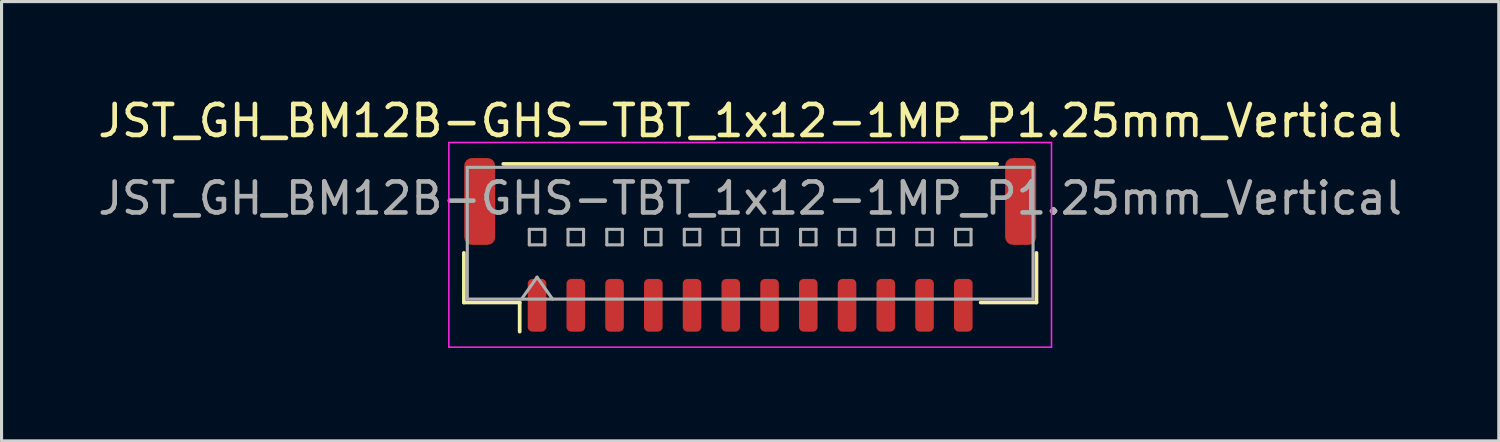
<source format=kicad_pcb>
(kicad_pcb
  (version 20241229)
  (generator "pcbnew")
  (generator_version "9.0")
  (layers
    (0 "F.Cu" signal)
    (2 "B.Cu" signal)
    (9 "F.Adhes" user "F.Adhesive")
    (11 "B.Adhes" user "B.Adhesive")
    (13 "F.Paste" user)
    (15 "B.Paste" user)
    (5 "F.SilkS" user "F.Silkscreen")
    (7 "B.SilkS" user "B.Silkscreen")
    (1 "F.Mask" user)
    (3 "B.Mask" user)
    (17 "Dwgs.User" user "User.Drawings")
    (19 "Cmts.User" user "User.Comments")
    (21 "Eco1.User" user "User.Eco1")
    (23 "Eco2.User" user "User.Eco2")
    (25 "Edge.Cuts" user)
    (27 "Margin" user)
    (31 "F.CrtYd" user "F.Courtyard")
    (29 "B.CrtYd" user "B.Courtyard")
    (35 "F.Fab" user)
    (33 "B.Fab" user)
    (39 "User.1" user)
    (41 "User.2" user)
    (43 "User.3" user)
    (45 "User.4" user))
  (footprint "JST_GH_BM12B-GHS-TBT_1x12-1MP_P1.25mm_Vertical"
    (layer "F.Cu")
    (at 21.149 4.848)
    (property "Reference" "JST_GH_BM12B-GHS-TBT_1x12-1MP_P1.25mm_Vertical" (at 0 -4 0) (layer "F.SilkS") (effects (font (size 1 1) (thickness 0.15))))
    (attr smd)
    (fp_line (start -9.235 0.26) (end -9.235 1.86) (stroke (width 0.12) (type solid)) (layer "F.SilkS"))
    (fp_line (start -9.235 1.86) (end -7.435 1.86) (stroke (width 0.12) (type solid)) (layer "F.SilkS"))
    (fp_line (start -7.965 -2.61) (end 7.965 -2.61) (stroke (width 0.12) (type solid)) (layer "F.SilkS"))
    (fp_line (start -7.435 1.86) (end -7.435 2.8) (stroke (width 0.12) (type solid)) (layer "F.SilkS"))
    (fp_line (start 9.235 0.26) (end 9.235 1.86) (stroke (width 0.12) (type solid)) (layer "F.SilkS"))
    (fp_line (start 9.235 1.86) (end 7.435 1.86) (stroke (width 0.12) (type solid)) (layer "F.SilkS"))
    (fp_line (start -9.72 -3.3) (end -9.72 3.3) (stroke (width 0.05) (type solid)) (layer "F.CrtYd"))
    (fp_line (start -9.72 3.3) (end 9.72 3.3) (stroke (width 0.05) (type solid)) (layer "F.CrtYd"))
    (fp_line (start 9.72 -3.3) (end -9.72 -3.3) (stroke (width 0.05) (type solid)) (layer "F.CrtYd"))
    (fp_line (start 9.72 3.3) (end 9.72 -3.3) (stroke (width 0.05) (type solid)) (layer "F.CrtYd"))
    (fp_line (start -9.125 -2.5) (end 9.125 -2.5) (stroke (width 0.1) (type solid)) (layer "F.Fab"))
    (fp_line (start -9.125 1.75) (end -9.125 -2.5) (stroke (width 0.1) (type solid)) (layer "F.Fab"))
    (fp_line (start -9.125 1.75) (end 9.125 1.75) (stroke (width 0.1) (type solid)) (layer "F.Fab"))
    (fp_line (start -7.375 1.75) (end -6.875 1.043) (stroke (width 0.1) (type solid)) (layer "F.Fab"))
    (fp_line (start -7.125 -0.5) (end -7.125 0) (stroke (width 0.1) (type solid)) (layer "F.Fab"))
    (fp_line (start -7.125 0) (end -6.625 0) (stroke (width 0.1) (type solid)) (layer "F.Fab"))
    (fp_line (start -6.875 1.043) (end -6.375 1.75) (stroke (width 0.1) (type solid)) (layer "F.Fab"))
    (fp_line (start -6.625 -0.5) (end -7.125 -0.5) (stroke (width 0.1) (type solid)) (layer "F.Fab"))
    (fp_line (start -6.625 0) (end -6.625 -0.5) (stroke (width 0.1) (type solid)) (layer "F.Fab"))
    (fp_line (start -5.875 -0.5) (end -5.875 0) (stroke (width 0.1) (type solid)) (layer "F.Fab"))
    (fp_line (start -5.875 0) (end -5.375 0) (stroke (width 0.1) (type solid)) (layer "F.Fab"))
    (fp_line (start -5.375 -0.5) (end -5.875 -0.5) (stroke (width 0.1) (type solid)) (layer "F.Fab"))
    (fp_line (start -5.375 0) (end -5.375 -0.5) (stroke (width 0.1) (type solid)) (layer "F.Fab"))
    (fp_line (start -4.625 -0.5) (end -4.625 0) (stroke (width 0.1) (type solid)) (layer "F.Fab"))
    (fp_line (start -4.625 0) (end -4.125 0) (stroke (width 0.1) (type solid)) (layer "F.Fab"))
    (fp_line (start -4.125 -0.5) (end -4.625 -0.5) (stroke (width 0.1) (type solid)) (layer "F.Fab"))
    (fp_line (start -4.125 0) (end -4.125 -0.5) (stroke (width 0.1) (type solid)) (layer "F.Fab"))
    (fp_line (start -3.375 -0.5) (end -3.375 0) (stroke (width 0.1) (type solid)) (layer "F.Fab"))
    (fp_line (start -3.375 0) (end -2.875 0) (stroke (width 0.1) (type solid)) (layer "F.Fab"))
    (fp_line (start -2.875 -0.5) (end -3.375 -0.5) (stroke (width 0.1) (type solid)) (layer "F.Fab"))
    (fp_line (start -2.875 0) (end -2.875 -0.5) (stroke (width 0.1) (type solid)) (layer "F.Fab"))
    (fp_line (start -2.125 -0.5) (end -2.125 0) (stroke (width 0.1) (type solid)) (layer "F.Fab"))
    (fp_line (start -2.125 0) (end -1.625 0) (stroke (width 0.1) (type solid)) (layer "F.Fab"))
    (fp_line (start -1.625 -0.5) (end -2.125 -0.5) (stroke (width 0.1) (type solid)) (layer "F.Fab"))
    (fp_line (start -1.625 0) (end -1.625 -0.5) (stroke (width 0.1) (type solid)) (layer "F.Fab"))
    (fp_line (start -0.875 -0.5) (end -0.875 0) (stroke (width 0.1) (type solid)) (layer "F.Fab"))
    (fp_line (start -0.875 0) (end -0.375 0) (stroke (width 0.1) (type solid)) (layer "F.Fab"))
    (fp_line (start -0.375 -0.5) (end -0.875 -0.5) (stroke (width 0.1) (type solid)) (layer "F.Fab"))
    (fp_line (start -0.375 0) (end -0.375 -0.5) (stroke (width 0.1) (type solid)) (layer "F.Fab"))
    (fp_line (start 0.375 -0.5) (end 0.375 0) (stroke (width 0.1) (type solid)) (layer "F.Fab"))
    (fp_line (start 0.375 0) (end 0.875 0) (stroke (width 0.1) (type solid)) (layer "F.Fab"))
    (fp_line (start 0.875 -0.5) (end 0.375 -0.5) (stroke (width 0.1) (type solid)) (layer "F.Fab"))
    (fp_line (start 0.875 0) (end 0.875 -0.5) (stroke (width 0.1) (type solid)) (layer "F.Fab"))
    (fp_line (start 1.625 -0.5) (end 1.625 0) (stroke (width 0.1) (type solid)) (layer "F.Fab"))
    (fp_line (start 1.625 0) (end 2.125 0) (stroke (width 0.1) (type solid)) (layer "F.Fab"))
    (fp_line (start 2.125 -0.5) (end 1.625 -0.5) (stroke (width 0.1) (type solid)) (layer "F.Fab"))
    (fp_line (start 2.125 0) (end 2.125 -0.5) (stroke (width 0.1) (type solid)) (layer "F.Fab"))
    (fp_line (start 2.875 -0.5) (end 2.875 0) (stroke (width 0.1) (type solid)) (layer "F.Fab"))
    (fp_line (start 2.875 0) (end 3.375 0) (stroke (width 0.1) (type solid)) (layer "F.Fab"))
    (fp_line (start 3.375 -0.5) (end 2.875 -0.5) (stroke (width 0.1) (type solid)) (layer "F.Fab"))
    (fp_line (start 3.375 0) (end 3.375 -0.5) (stroke (width 0.1) (type solid)) (layer "F.Fab"))
    (fp_line (start 4.125 -0.5) (end 4.125 0) (stroke (width 0.1) (type solid)) (layer "F.Fab"))
    (fp_line (start 4.125 0) (end 4.625 0) (stroke (width 0.1) (type solid)) (layer "F.Fab"))
    (fp_line (start 4.625 -0.5) (end 4.125 -0.5) (stroke (width 0.1) (type solid)) (layer "F.Fab"))
    (fp_line (start 4.625 0) (end 4.625 -0.5) (stroke (width 0.1) (type solid)) (layer "F.Fab"))
    (fp_line (start 5.375 -0.5) (end 5.375 0) (stroke (width 0.1) (type solid)) (layer "F.Fab"))
    (fp_line (start 5.375 0) (end 5.875 0) (stroke (width 0.1) (type solid)) (layer "F.Fab"))
    (fp_line (start 5.875 -0.5) (end 5.375 -0.5) (stroke (width 0.1) (type solid)) (layer "F.Fab"))
    (fp_line (start 5.875 0) (end 5.875 -0.5) (stroke (width 0.1) (type solid)) (layer "F.Fab"))
    (fp_line (start 6.625 -0.5) (end 6.625 0) (stroke (width 0.1) (type solid)) (layer "F.Fab"))
    (fp_line (start 6.625 0) (end 7.125 0) (stroke (width 0.1) (type solid)) (layer "F.Fab"))
    (fp_line (start 7.125 -0.5) (end 6.625 -0.5) (stroke (width 0.1) (type solid)) (layer "F.Fab"))
    (fp_line (start 7.125 0) (end 7.125 -0.5) (stroke (width 0.1) (type solid)) (layer "F.Fab"))
    (fp_line (start 9.125 1.75) (end 9.125 -2.5) (stroke (width 0.1) (type solid)) (layer "F.Fab"))
    (fp_text user "${REFERENCE}" (at 0 -1.5 0) (layer "F.Fab") (effects (font (size 1 1) (thickness 0.15))))
    (pad "1" smd roundrect (at -6.875 1.95) (size 0.6 1.7) (layers "F.Cu" "F.Mask" "F.Paste") (roundrect_rratio 0.25))
    (pad "2" smd roundrect (at -5.625 1.95) (size 0.6 1.7) (layers "F.Cu" "F.Mask" "F.Paste") (roundrect_rratio 0.25))
    (pad "3" smd roundrect (at -4.375 1.95) (size 0.6 1.7) (layers "F.Cu" "F.Mask" "F.Paste") (roundrect_rratio 0.25))
    (pad "4" smd roundrect (at -3.125 1.95) (size 0.6 1.7) (layers "F.Cu" "F.Mask" "F.Paste") (roundrect_rratio 0.25))
    (pad "5" smd roundrect (at -1.875 1.95) (size 0.6 1.7) (layers "F.Cu" "F.Mask" "F.Paste") (roundrect_rratio 0.25))
    (pad "6" smd roundrect (at -0.625 1.95) (size 0.6 1.7) (layers "F.Cu" "F.Mask" "F.Paste") (roundrect_rratio 0.25))
    (pad "7" smd roundrect (at 0.625 1.95) (size 0.6 1.7) (layers "F.Cu" "F.Mask" "F.Paste") (roundrect_rratio 0.25))
    (pad "8" smd roundrect (at 1.875 1.95) (size 0.6 1.7) (layers "F.Cu" "F.Mask" "F.Paste") (roundrect_rratio 0.25))
    (pad "9" smd roundrect (at 3.125 1.95) (size 0.6 1.7) (layers "F.Cu" "F.Mask" "F.Paste") (roundrect_rratio 0.25))
    (pad "10" smd roundrect (at 4.375 1.95) (size 0.6 1.7) (layers "F.Cu" "F.Mask" "F.Paste") (roundrect_rratio 0.25))
    (pad "11" smd roundrect (at 5.625 1.95) (size 0.6 1.7) (layers "F.Cu" "F.Mask" "F.Paste") (roundrect_rratio 0.25))
    (pad "12" smd roundrect (at 6.875 1.95) (size 0.6 1.7) (layers "F.Cu" "F.Mask" "F.Paste") (roundrect_rratio 0.25))
    (pad "MP" smd roundrect (at -8.725 -1.4) (size 1 2.8) (layers "F.Cu" "F.Mask" "F.Paste") (roundrect_rratio 0.25))
    (pad "MP" smd roundrect (at 8.725 -1.4) (size 1 2.8) (layers "F.Cu" "F.Mask" "F.Paste") (roundrect_rratio 0.25)))
  (gr_rect
    (start -3 -3)
    (end 45.298 11.173)
    (stroke (width 0.1) (type default))
    (fill no)
    (layer "Edge.Cuts")))
</source>
